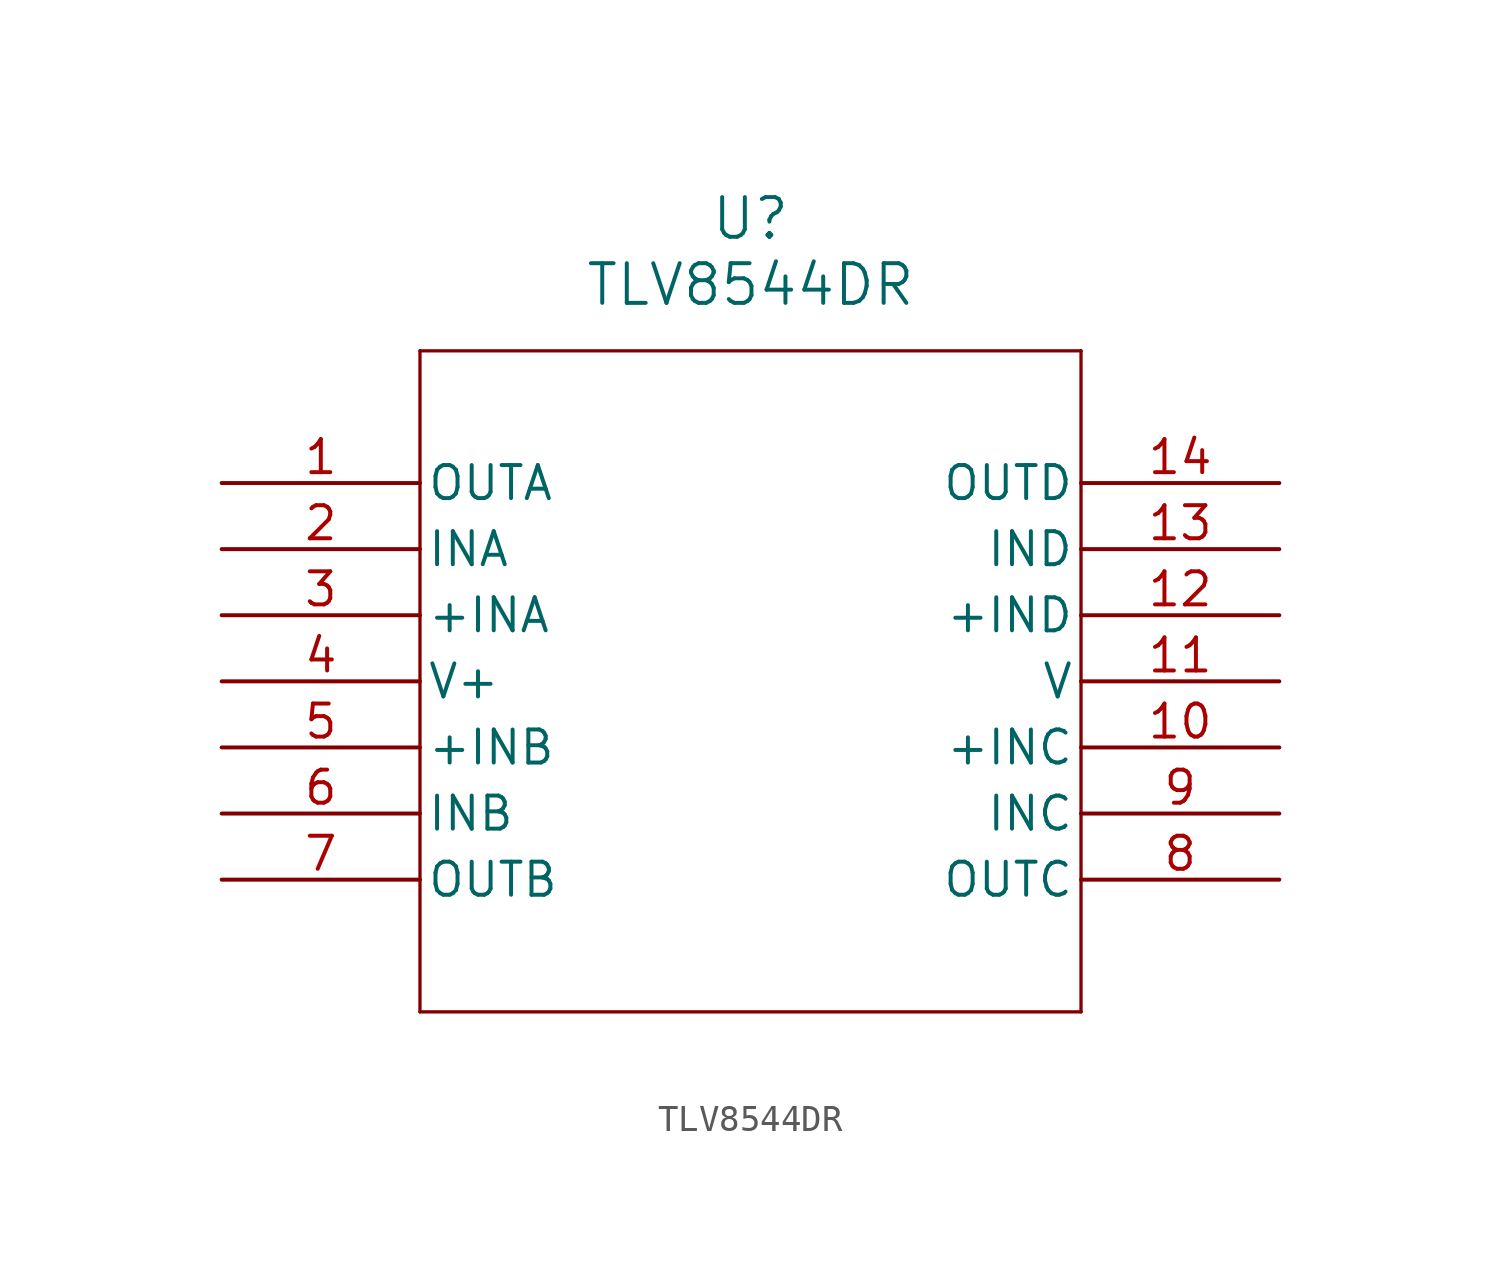
<source format=kicad_sym>
(kicad_symbol_lib
  (version 20211014)
  (generator kicad_symbol_editor)
  (symbol "TLV8544DR"
    (pin_names
      (offset 0.254))
    (property "Reference" "U"
      (at 20.32 10.16 0)
      (effects (font (size 1.524 1.524))))
    (property "Value" "TLV8544DR"
      (at 20.32 7.62 0)
      (effects (font (size 1.524 1.524))))
    (symbol "TLV8544DR_0_1"
      (polyline (pts (xy 7.62 5.08) (xy 7.62 -20.32)) (stroke (width 0.127) (type default) (color 0 0 0 0)) (fill (type none)))
      (polyline (pts (xy 7.62 -20.32) (xy 33.02 -20.32)) (stroke (width 0.127) (type default) (color 0 0 0 0)) (fill (type none)))
      (polyline (pts (xy 33.02 -20.32) (xy 33.02 5.08)) (stroke (width 0.127) (type default) (color 0 0 0 0)) (fill (type none)))
      (polyline (pts (xy 33.02 5.08) (xy 7.62 5.08)) (stroke (width 0.127) (type default) (color 0 0 0 0)) (fill (type none)))
      (pin output line (at 0 0 0) (length 7.62) (name "OUTA" (effects (font (size 1.27 1.27)))) (number "1" (effects (font (size 1.27 1.27)))))
      (pin unspecified line (at 0 -2.54 0) (length 7.62) (name "INA" (effects (font (size 1.27 1.27)))) (number "2" (effects (font (size 1.27 1.27)))))
      (pin input line (at 0 -5.08 0) (length 7.62) (name "+INA" (effects (font (size 1.27 1.27)))) (number "3" (effects (font (size 1.27 1.27)))))
      (pin power_in line (at 0 -7.62 0) (length 7.62) (name "V+" (effects (font (size 1.27 1.27)))) (number "4" (effects (font (size 1.27 1.27)))))
      (pin input line (at 0 -10.16 0) (length 7.62) (name "+INB" (effects (font (size 1.27 1.27)))) (number "5" (effects (font (size 1.27 1.27)))))
      (pin unspecified line (at 0 -12.7 0) (length 7.62) (name "INB" (effects (font (size 1.27 1.27)))) (number "6" (effects (font (size 1.27 1.27)))))
      (pin output line (at 0 -15.24 0) (length 7.62) (name "OUTB" (effects (font (size 1.27 1.27)))) (number "7" (effects (font (size 1.27 1.27)))))
      (pin output line (at 40.64 -15.24 180) (length 7.62) (name "OUTC" (effects (font (size 1.27 1.27)))) (number "8" (effects (font (size 1.27 1.27)))))
      (pin unspecified line (at 40.64 -12.7 180) (length 7.62) (name "INC" (effects (font (size 1.27 1.27)))) (number "9" (effects (font (size 1.27 1.27)))))
      (pin input line (at 40.64 -10.16 180) (length 7.62) (name "+INC" (effects (font (size 1.27 1.27)))) (number "10" (effects (font (size 1.27 1.27)))))
      (pin unspecified line (at 40.64 -7.62 180) (length 7.62) (name "V" (effects (font (size 1.27 1.27)))) (number "11" (effects (font (size 1.27 1.27)))))
      (pin input line (at 40.64 -5.08 180) (length 7.62) (name "+IND" (effects (font (size 1.27 1.27)))) (number "12" (effects (font (size 1.27 1.27)))))
      (pin unspecified line (at 40.64 -2.54 180) (length 7.62) (name "IND" (effects (font (size 1.27 1.27)))) (number "13" (effects (font (size 1.27 1.27)))))
      (pin output line (at 40.64 0 180) (length 7.62) (name "OUTD" (effects (font (size 1.27 1.27)))) (number "14" (effects (font (size 1.27 1.27))))))))
</source>
